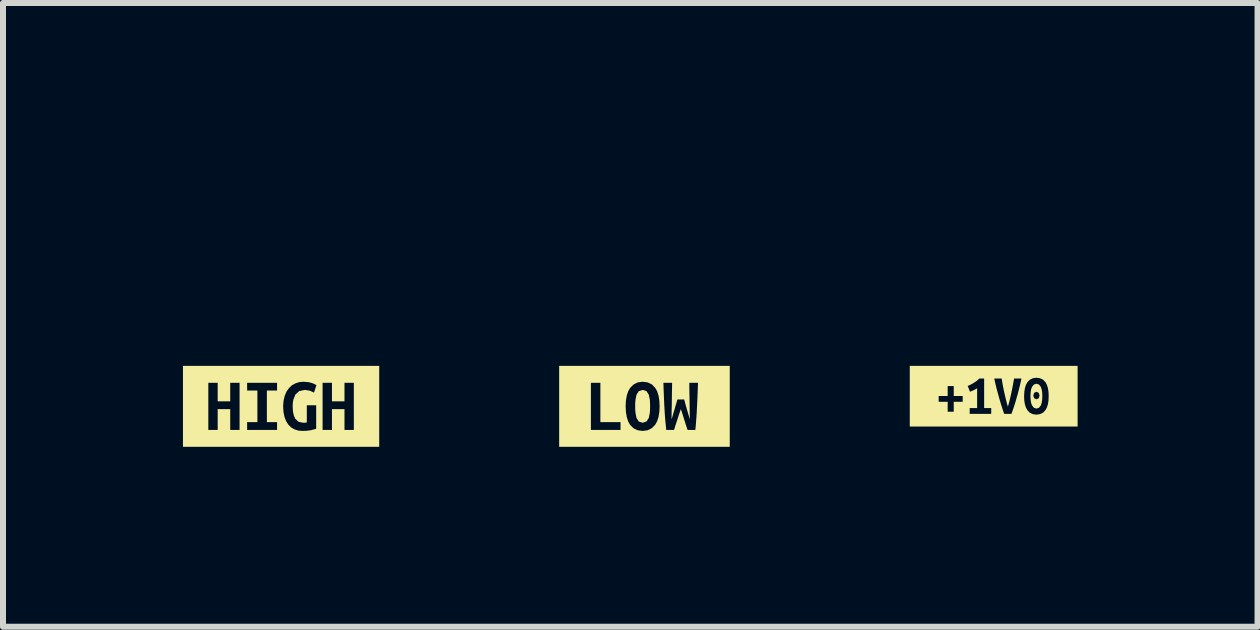
<source format=kicad_pcb>
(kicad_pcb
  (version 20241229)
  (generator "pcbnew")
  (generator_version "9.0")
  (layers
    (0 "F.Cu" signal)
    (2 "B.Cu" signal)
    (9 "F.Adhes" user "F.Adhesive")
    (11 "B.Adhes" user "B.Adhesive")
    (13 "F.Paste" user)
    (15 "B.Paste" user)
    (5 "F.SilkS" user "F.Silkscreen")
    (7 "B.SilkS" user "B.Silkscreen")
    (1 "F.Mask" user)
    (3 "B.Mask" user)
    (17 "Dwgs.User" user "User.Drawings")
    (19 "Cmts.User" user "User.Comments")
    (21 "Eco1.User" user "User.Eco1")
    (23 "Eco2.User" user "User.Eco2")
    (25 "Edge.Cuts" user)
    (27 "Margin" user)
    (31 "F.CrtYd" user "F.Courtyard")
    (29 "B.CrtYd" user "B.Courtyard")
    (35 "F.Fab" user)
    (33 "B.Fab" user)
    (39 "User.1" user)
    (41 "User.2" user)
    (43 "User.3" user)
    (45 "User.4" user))
  (footprint "kibuzzard-6596D989"
    (layer "F.Cu")
    (at 7.694 3.724)
    (property "Reference" "kibuzzard-6596D989" (at 0 -3.723 0) (layer "F.SilkS") (effects (font (size 0.001 0.001) (thickness 0.15))))
    (attr board_only exclude_from_pos_files exclude_from_bom)
    (fp_poly (pts (xy -0.155 0) (xy -0.154 0.055) (xy -0.15 0.107) (xy -0.133 0.194) (xy -0.095 0.253) (xy -0.03 0.274) (xy 0.034 0.253) (xy 0.072 0.194) (xy 0.09 0.107) (xy 0.093 0.055) (xy 0.094 0) (xy 0.093 -0.055) (xy 0.09 -0.107) (xy 0.072 -0.194) (xy 0.034 -0.253) (xy -0.03 -0.274) (xy -0.095 -0.253) (xy -0.133 -0.194) (xy -0.15 -0.107) (xy -0.154 -0.055) (xy -0.155 0)) (stroke (width 0) (type solid)) (fill yes) (layer "F.SilkS"))
    (fp_poly (pts (xy -0.893 -0.675) (xy -1.422 -0.675) (xy -1.422 0.675) (xy -0.893 0.675) (xy -0.399 0.675) (xy -0.399 0.394) (xy -0.893 0.394) (xy -0.893 -0.392) (xy -0.735 -0.392) (xy -0.735 0.264) (xy -0.399 0.264) (xy -0.399 0.394) (xy -0.399 0.675) (xy -0.029 0.675) (xy -0.029 0.41) (xy -0.114 0.399) (xy -0.185 0.364) (xy -0.241 0.307) (xy -0.273 0.249) (xy -0.295 0.178) (xy -0.309 0.095) (xy -0.314 0) (xy -0.309 -0.095) (xy -0.295 -0.178) (xy -0.272 -0.249) (xy -0.239 -0.307) (xy -0.182 -0.364) (xy -0.113 -0.399) (xy -0.03 -0.41) (xy 0.054 -0.399) (xy 0.125 -0.364) (xy 0.18 -0.307) (xy 0.212 -0.249) (xy 0.235 -0.178) (xy 0.248 -0.095) (xy 0.253 0) (xy 0.248 0.095) (xy 0.234 0.178) (xy 0.211 0.249) (xy 0.179 0.307) (xy 0.123 0.364) (xy 0.054 0.399) (xy -0.029 0.41) (xy -0.029 0.675) (xy 0.848 0.675) (xy 0.848 0.394) (xy 0.719 0.394) (xy 0.691 0.311) (xy 0.663 0.222) (xy 0.635 0.132) (xy 0.607 0.046) (xy 0.578 0.129) (xy 0.549 0.22) (xy 0.519 0.31) (xy 0.493 0.394) (xy 0.363 0.394) (xy 0.354 0.303) (xy 0.345 0.208) (xy 0.338 0.109) (xy 0.332 0.008) (xy 0.327 -0.093) (xy 0.323 -0.195) (xy 0.319 -0.295) (xy 0.316 -0.392) (xy 0.461 -0.392) (xy 0.46 -0.316) (xy 0.458 -0.237) (xy 0.457 -0.158) (xy 0.456 -0.078) (xy 0.455 0.000318) (xy 0.453 0.077) (xy 0.452 0.15) (xy 0.452 0.218) (xy 0.478 0.13) (xy 0.506 0.034) (xy 0.531 -0.052) (xy 0.549 -0.114) (xy 0.663 -0.114) (xy 0.678 -0.055) (xy 0.7 0.024) (xy 0.727 0.117) (xy 0.756 0.218) (xy 0.755 0.15) (xy 0.754 0.077) (xy 0.753 0.000476) (xy 0.752 -0.077) (xy 0.751 -0.157) (xy 0.749 -0.237) (xy 0.748 -0.316) (xy 0.748 -0.392) (xy 0.893 -0.392) (xy 0.889 -0.294) (xy 0.885 -0.194) (xy 0.881 -0.092) (xy 0.876 0.01) (xy 0.871 0.11) (xy 0.864 0.208) (xy 0.857 0.304) (xy 0.848 0.394) (xy 0.848 0.675) (xy 0.893 0.675) (xy 1.422 0.675) (xy 1.422 -0.675) (xy 0.893 -0.675) (xy -0.893 -0.675)) (stroke (width 0) (type solid)) (fill yes) (layer "F.SilkS")))
  (footprint "kibuzzard-6596D979"
    (layer "F.Cu")
    (at 1.636 3.724)
    (property "Reference" "kibuzzard-6596D979" (at 0 -3.723 0) (layer "F.SilkS") (effects (font (size 0.001 0.001) (thickness 0.15))))
    (attr board_only exclude_from_pos_files exclude_from_bom)
    (fp_poly (pts (xy -1.213 -0.675) (xy -1.636 -0.675) (xy -1.636 0.675) (xy -1.213 0.675) (xy -0.692 0.675) (xy -0.692 0.394) (xy -0.848 0.394) (xy -0.848 0.047) (xy -1.057 0.047) (xy -1.057 0.394) (xy -1.213 0.394) (xy -1.213 -0.392) (xy -1.057 -0.392) (xy -1.057 -0.083) (xy -0.848 -0.083) (xy -0.848 -0.392) (xy -0.692 -0.392) (xy -0.692 0.394) (xy -0.692 0.675) (xy -0.566 0.675) (xy -0.566 0.394) (xy -0.566 0.264) (xy -0.395 0.264) (xy -0.395 -0.263) (xy -0.566 -0.263) (xy -0.566 -0.392) (xy -0.067 -0.392) (xy -0.067 -0.263) (xy -0.237 -0.263) (xy -0.237 0.264) (xy -0.067 0.264) (xy -0.067 0.394) (xy -0.566 0.394) (xy -0.566 0.675) (xy 0.356 0.675) (xy 0.356 0.41) (xy 0.286 0.404) (xy 0.223 0.384) (xy 0.168 0.352) (xy 0.122 0.307) (xy 0.085 0.249) (xy 0.057 0.178) (xy 0.04 0.095) (xy 0.034 0) (xy 0.041 -0.094) (xy 0.061 -0.177) (xy 0.092 -0.248) (xy 0.133 -0.306) (xy 0.183 -0.352) (xy 0.241 -0.384) (xy 0.306 -0.404) (xy 0.375 -0.41) (xy 0.457 -0.403) (xy 0.519 -0.387) (xy 0.563 -0.368) (xy 0.589 -0.353) (xy 0.549 -0.229) (xy 0.48 -0.26) (xy 0.396 -0.274) (xy 0.302 -0.254) (xy 0.239 -0.197) (xy 0.204 -0.111) (xy 0.196 -0.058) (xy 0.193 0) (xy 0.198 0.086) (xy 0.213 0.155) (xy 0.237 0.208) (xy 0.292 0.258) (xy 0.368 0.274) (xy 0.399 0.273) (xy 0.429 0.269) (xy 0.429 -0.018) (xy 0.585 -0.018) (xy 0.585 0.375) (xy 0.498 0.398) (xy 0.433 0.407) (xy 0.356 0.41) (xy 0.356 0.675) (xy 1.213 0.675) (xy 1.213 0.394) (xy 1.057 0.394) (xy 1.057 0.047) (xy 0.848 0.047) (xy 0.848 0.394) (xy 0.692 0.394) (xy 0.692 -0.392) (xy 0.848 -0.392) (xy 0.848 -0.083) (xy 1.057 -0.083) (xy 1.057 -0.392) (xy 1.213 -0.392) (xy 1.213 0.394) (xy 1.213 0.675) (xy 1.636 0.675) (xy 1.636 -0.675) (xy 1.213 -0.675) (xy -1.213 -0.675)) (stroke (width 0) (type solid)) (fill yes) (layer "F.SilkS")))
  (footprint "kibuzzard-65980D80"
    (layer "F.Cu")
    (at 13.516 3.555)
    (property "Reference" "kibuzzard-65980D80" (at 0 -3.554 0) (layer "F.SilkS") (effects (font (size 0.001 0.001) (thickness 0.15))))
    (attr board_only exclude_from_pos_files exclude_from_bom)
    (fp_poly (pts (xy 0.811 -0.001) (xy 0.808 -0.063) (xy 0.8 -0.114) (xy 0.786 -0.155) (xy 0.755 -0.194) (xy 0.712 -0.208) (xy 0.67 -0.194) (xy 0.639 -0.155) (xy 0.624 -0.114) (xy 0.616 -0.063) (xy 0.613 -0.001) (xy 0.616 0.062) (xy 0.624 0.113) (xy 0.639 0.154) (xy 0.67 0.193) (xy 0.712 0.207) (xy 0.713 0.206) (xy 0.713 0.052) (xy 0.674 0.034) (xy 0.66 -0.01) (xy 0.674 -0.055) (xy 0.713 -0.074) (xy 0.751 -0.055) (xy 0.765 -0.01) (xy 0.751 0.034) (xy 0.713 0.052) (xy 0.713 0.206) (xy 0.755 0.193) (xy 0.786 0.154) (xy 0.8 0.113) (xy 0.808 0.062) (xy 0.811 -0.001)) (stroke (width 0) (type solid)) (fill yes) (layer "F.SilkS"))
    (fp_poly (pts (xy -1.201 -0.506) (xy -1.399 -0.506) (xy -1.399 0.506) (xy -1.201 0.506) (xy -0.666 0.506) (xy -0.666 0.259) (xy -0.767 0.259) (xy -0.767 0.093) (xy -0.917 0.093) (xy -0.917 -0.003) (xy -0.767 -0.003) (xy -0.767 -0.169) (xy -0.666 -0.169) (xy -0.666 -0.003) (xy -0.517 -0.003) (xy -0.517 0.093) (xy -0.666 0.093) (xy -0.666 0.259) (xy -0.666 0.506) (xy -0.041 0.506) (xy -0.041 0.295) (xy -0.4 0.295) (xy -0.4 0.198) (xy -0.276 0.198) (xy -0.276 -0.131) (xy -0.337 -0.098) (xy -0.395 -0.074) (xy -0.433 -0.171) (xy -0.383 -0.193) (xy -0.33 -0.223) (xy -0.28 -0.257) (xy -0.239 -0.294) (xy -0.159 -0.294) (xy -0.159 0.198) (xy -0.041 0.198) (xy -0.041 0.295) (xy -0.041 0.506) (xy 0.175 0.506) (xy 0.175 0.295) (xy 0.151 0.225) (xy 0.126 0.147) (xy 0.109 0.091) (xy 0.093 0.036) (xy 0.078 -0.019) (xy 0.063 -0.072) (xy 0.049 -0.124) (xy 0.037 -0.174) (xy 0.021 -0.241) (xy 0.01 -0.294) (xy 0.134 -0.294) (xy 0.141 -0.245) (xy 0.151 -0.188) (xy 0.163 -0.127) (xy 0.176 -0.063) (xy 0.191 0.000476) (xy 0.206 0.063) (xy 0.221 0.123) (xy 0.237 0.175) (xy 0.252 0.123) (xy 0.267 0.064) (xy 0.282 0.001) (xy 0.296 -0.062) (xy 0.309 -0.126) (xy 0.321 -0.188) (xy 0.331 -0.245) (xy 0.34 -0.294) (xy 0.462 -0.294) (xy 0.45 -0.234) (xy 0.434 -0.167) (xy 0.416 -0.094) (xy 0.396 -0.019) (xy 0.381 0.033) (xy 0.366 0.086) (xy 0.349 0.14) (xy 0.332 0.193) (xy 0.314 0.245) (xy 0.296 0.295) (xy 0.175 0.295) (xy 0.175 0.506) (xy 0.712 0.506) (xy 0.712 0.308) (xy 0.651 0.299) (xy 0.6 0.274) (xy 0.56 0.231) (xy 0.537 0.188) (xy 0.52 0.135) (xy 0.51 0.072) (xy 0.507 -0.001) (xy 0.511 -0.073) (xy 0.521 -0.136) (xy 0.537 -0.188) (xy 0.561 -0.231) (xy 0.601 -0.274) (xy 0.652 -0.299) (xy 0.712 -0.308) (xy 0.773 -0.299) (xy 0.824 -0.274) (xy 0.864 -0.232) (xy 0.887 -0.189) (xy 0.904 -0.136) (xy 0.914 -0.074) (xy 0.917 -0.001) (xy 0.914 0.072) (xy 0.904 0.135) (xy 0.887 0.188) (xy 0.864 0.231) (xy 0.824 0.274) (xy 0.773 0.299) (xy 0.712 0.308) (xy 0.712 0.506) (xy 1.201 0.506) (xy 1.399 0.506) (xy 1.399 -0.506) (xy 1.201 -0.506) (xy -1.201 -0.506)) (stroke (width 0) (type solid)) (fill yes) (layer "F.SilkS")))
  (gr_rect
    (start -3 -3)
    (end 17.915 7.399)
    (stroke (width 0.1) (type default))
    (fill no)
    (layer "Edge.Cuts")))
</source>
